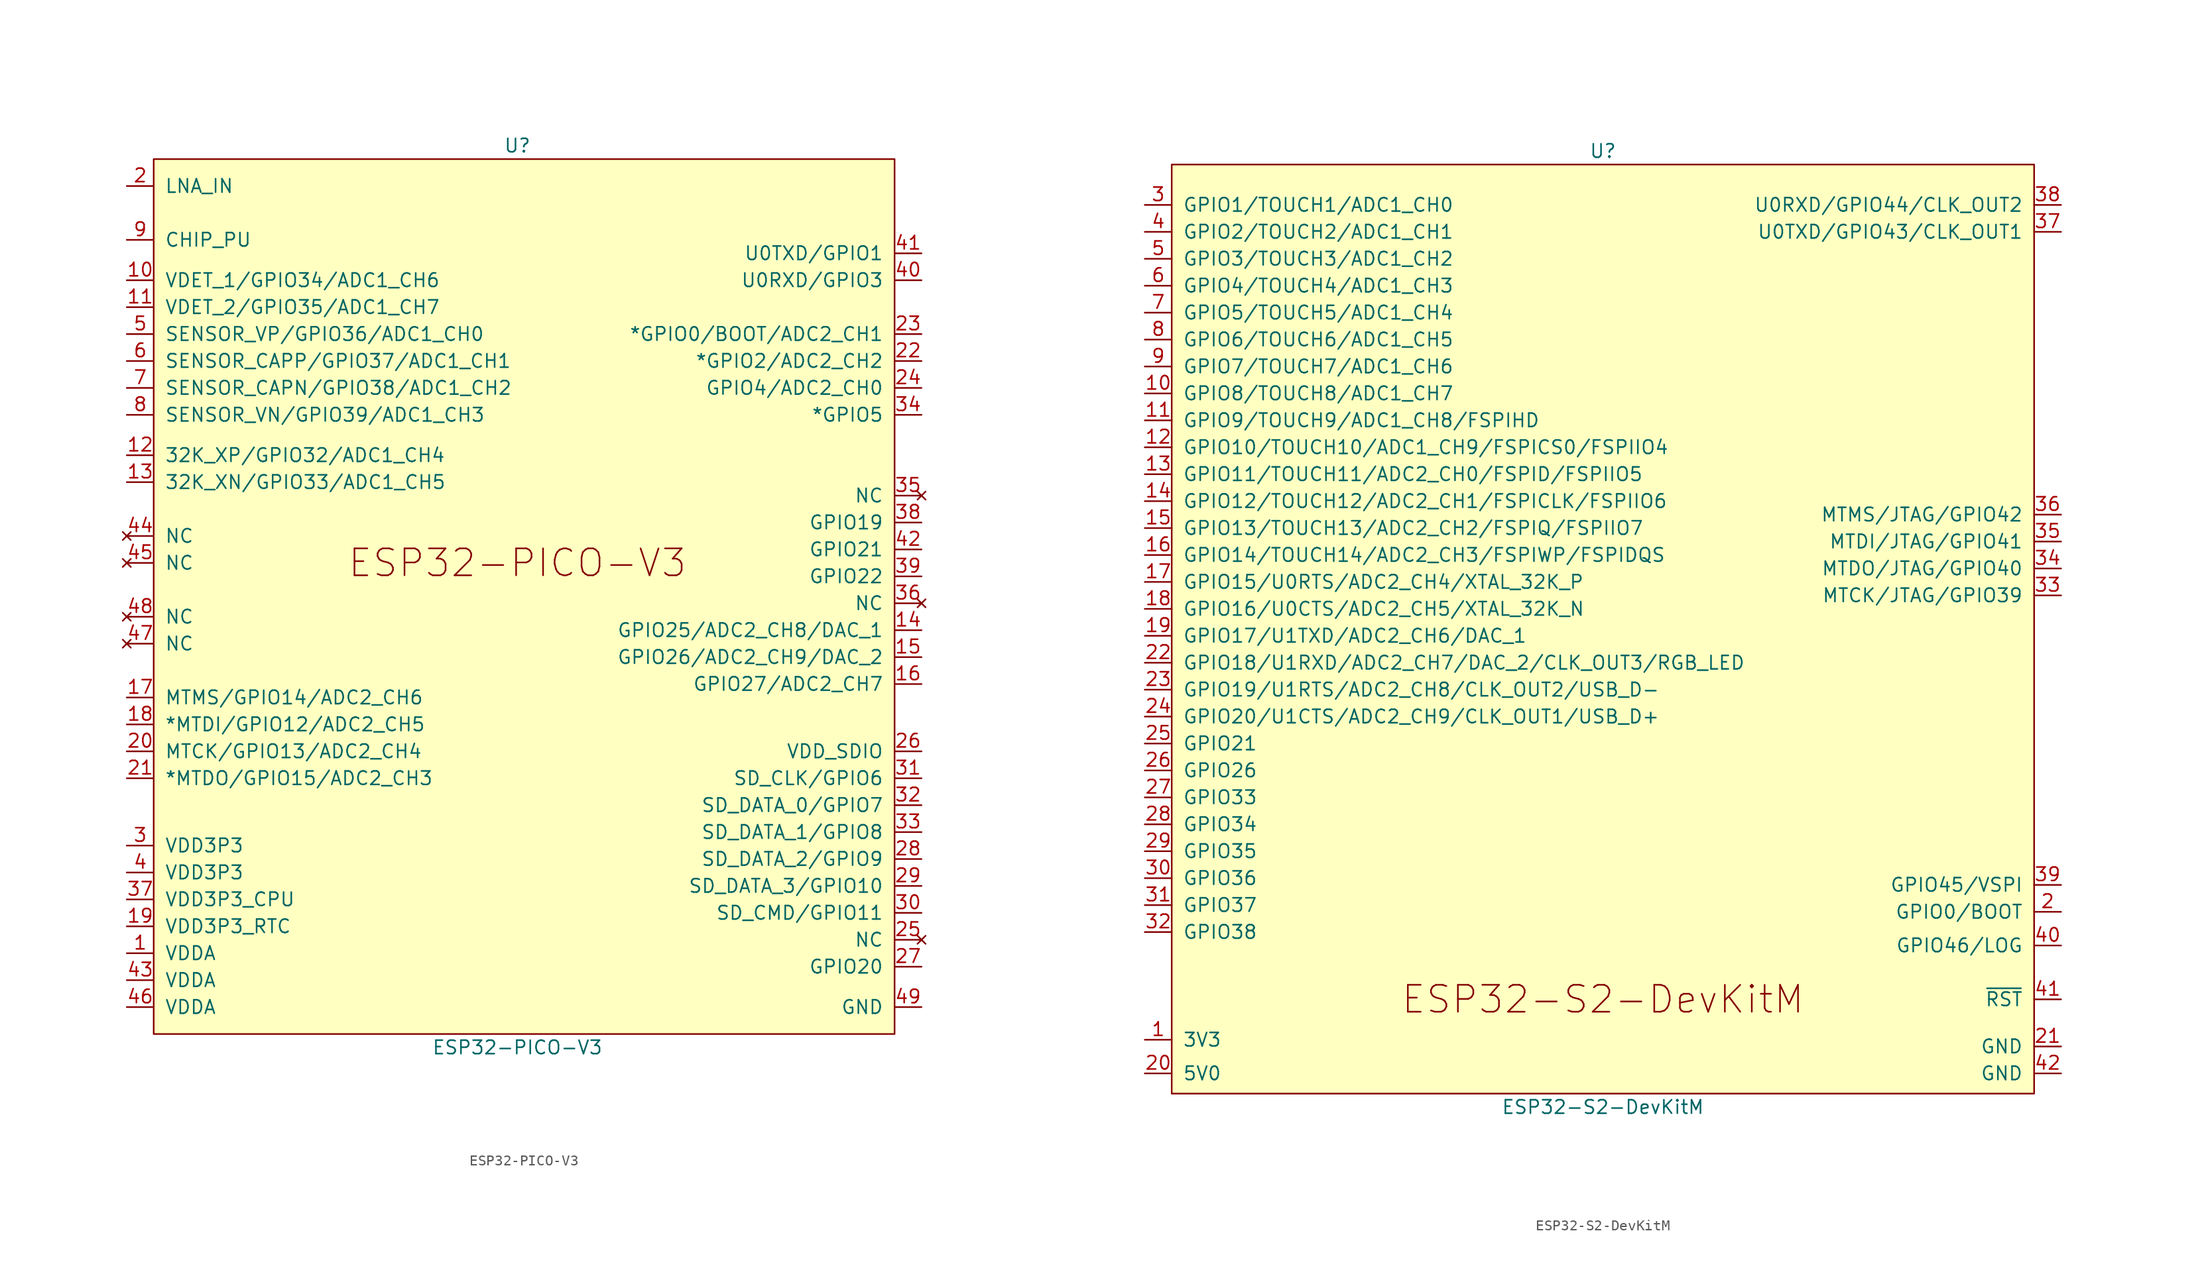
<source format=kicad_sym>
(kicad_symbol_lib
  (version 20211014)
  (generator kicad_symbol_editor)
  (symbol "ESP32-PICO-V3"
    (pin_names
      (offset 1.016))
    (property "Reference" "U"
      (at 0 43.18 0)
      (effects (font (size 1.27 1.27))))
    (property "Value" "ESP32-PICO-V3"
      (at 0 -41.91 0)
      (effects (font (size 1.27 1.27))))
    (symbol "ESP32-PICO-V3_0_0"
      (text "ESP32-PICO-V3" (at 0 3.81 0) (effects (font (size 2.54 2.54)))))
    (symbol "ESP32-PICO-V3_0_1"
      (rectangle (start -34.29 41.91) (end 35.56 -40.64) (stroke (width 0) (type default) (color 0 0 0 0)) (fill (type background))))
    (symbol "ESP32-PICO-V3_1_1"
      (pin power_in line (at -36.83 -33.02 0) (length 2.54) (name "VDDA" (effects (font (size 1.27 1.27)))) (number "1" (effects (font (size 1.27 1.27)))))
      (pin input line (at -36.83 30.48 0) (length 2.54) (name "VDET_1/GPIO34/ADC1_CH6" (effects (font (size 1.27 1.27)))) (number "10" (effects (font (size 1.27 1.27)))))
      (pin input line (at -36.83 27.94 0) (length 2.54) (name "VDET_2/GPIO35/ADC1_CH7" (effects (font (size 1.27 1.27)))) (number "11" (effects (font (size 1.27 1.27)))))
      (pin bidirectional line (at -36.83 13.97 0) (length 2.54) (name "32K_XP/GPIO32/ADC1_CH4" (effects (font (size 1.27 1.27)))) (number "12" (effects (font (size 1.27 1.27)))))
      (pin bidirectional line (at -36.83 11.43 0) (length 2.54) (name "32K_XN/GPIO33/ADC1_CH5" (effects (font (size 1.27 1.27)))) (number "13" (effects (font (size 1.27 1.27)))))
      (pin bidirectional line (at 38.1 -2.54 180) (length 2.54) (name "GPIO25/ADC2_CH8/DAC_1" (effects (font (size 1.27 1.27)))) (number "14" (effects (font (size 1.27 1.27)))))
      (pin bidirectional line (at 38.1 -5.08 180) (length 2.54) (name "GPIO26/ADC2_CH9/DAC_2" (effects (font (size 1.27 1.27)))) (number "15" (effects (font (size 1.27 1.27)))))
      (pin bidirectional line (at 38.1 -7.62 180) (length 2.54) (name "GPIO27/ADC2_CH7" (effects (font (size 1.27 1.27)))) (number "16" (effects (font (size 1.27 1.27)))))
      (pin bidirectional line (at -36.83 -8.89 0) (length 2.54) (name "MTMS/GPIO14/ADC2_CH6" (effects (font (size 1.27 1.27)))) (number "17" (effects (font (size 1.27 1.27)))))
      (pin bidirectional line (at -36.83 -11.43 0) (length 2.54) (name "*MTDI/GPIO12/ADC2_CH5" (effects (font (size 1.27 1.27)))) (number "18" (effects (font (size 1.27 1.27)))))
      (pin power_in line (at -36.83 -30.48 0) (length 2.54) (name "VDD3P3_RTC" (effects (font (size 1.27 1.27)))) (number "19" (effects (font (size 1.27 1.27)))))
      (pin bidirectional line (at -36.83 39.37 0) (length 2.54) (name "LNA_IN" (effects (font (size 1.27 1.27)))) (number "2" (effects (font (size 1.27 1.27)))))
      (pin bidirectional line (at -36.83 -13.97 0) (length 2.54) (name "MTCK/GPIO13/ADC2_CH4" (effects (font (size 1.27 1.27)))) (number "20" (effects (font (size 1.27 1.27)))))
      (pin bidirectional line (at -36.83 -16.51 0) (length 2.54) (name "*MTDO/GPIO15/ADC2_CH3" (effects (font (size 1.27 1.27)))) (number "21" (effects (font (size 1.27 1.27)))))
      (pin bidirectional line (at 38.1 22.86 180) (length 2.54) (name "*GPIO2/ADC2_CH2" (effects (font (size 1.27 1.27)))) (number "22" (effects (font (size 1.27 1.27)))))
      (pin bidirectional line (at 38.1 25.4 180) (length 2.54) (name "*GPIO0/BOOT/ADC2_CH1" (effects (font (size 1.27 1.27)))) (number "23" (effects (font (size 1.27 1.27)))))
      (pin bidirectional line (at 38.1 20.32 180) (length 2.54) (name "GPIO4/ADC2_CH0" (effects (font (size 1.27 1.27)))) (number "24" (effects (font (size 1.27 1.27)))))
      (pin no_connect line (at 38.1 -31.75 180) (length 2.54) (name "NC" (effects (font (size 1.27 1.27)))) (number "25" (effects (font (size 1.27 1.27)))))
      (pin power_out line (at 38.1 -13.97 180) (length 2.54) (name "VDD_SDIO" (effects (font (size 1.27 1.27)))) (number "26" (effects (font (size 1.27 1.27)))))
      (pin bidirectional line (at 38.1 -34.29 180) (length 2.54) (name "GPIO20" (effects (font (size 1.27 1.27)))) (number "27" (effects (font (size 1.27 1.27)))))
      (pin bidirectional line (at 38.1 -24.13 180) (length 2.54) (name "SD_DATA_2/GPIO9" (effects (font (size 1.27 1.27)))) (number "28" (effects (font (size 1.27 1.27)))))
      (pin bidirectional line (at 38.1 -26.67 180) (length 2.54) (name "SD_DATA_3/GPIO10" (effects (font (size 1.27 1.27)))) (number "29" (effects (font (size 1.27 1.27)))))
      (pin power_in line (at -36.83 -22.86 0) (length 2.54) (name "VDD3P3" (effects (font (size 1.27 1.27)))) (number "3" (effects (font (size 1.27 1.27)))))
      (pin bidirectional line (at 38.1 -29.21 180) (length 2.54) (name "SD_CMD/GPIO11" (effects (font (size 1.27 1.27)))) (number "30" (effects (font (size 1.27 1.27)))))
      (pin bidirectional line (at 38.1 -16.51 180) (length 2.54) (name "SD_CLK/GPIO6" (effects (font (size 1.27 1.27)))) (number "31" (effects (font (size 1.27 1.27)))))
      (pin bidirectional line (at 38.1 -19.05 180) (length 2.54) (name "SD_DATA_0/GPIO7" (effects (font (size 1.27 1.27)))) (number "32" (effects (font (size 1.27 1.27)))))
      (pin bidirectional line (at 38.1 -21.59 180) (length 2.54) (name "SD_DATA_1/GPIO8" (effects (font (size 1.27 1.27)))) (number "33" (effects (font (size 1.27 1.27)))))
      (pin bidirectional line (at 38.1 17.78 180) (length 2.54) (name "*GPIO5" (effects (font (size 1.27 1.27)))) (number "34" (effects (font (size 1.27 1.27)))))
      (pin no_connect line (at 38.1 10.16 180) (length 2.54) (name "NC" (effects (font (size 1.27 1.27)))) (number "35" (effects (font (size 1.27 1.27)))))
      (pin no_connect line (at 38.1 0 180) (length 2.54) (name "NC" (effects (font (size 1.27 1.27)))) (number "36" (effects (font (size 1.27 1.27)))))
      (pin power_in line (at -36.83 -27.94 0) (length 2.54) (name "VDD3P3_CPU" (effects (font (size 1.27 1.27)))) (number "37" (effects (font (size 1.27 1.27)))))
      (pin bidirectional line (at 38.1 7.62 180) (length 2.54) (name "GPIO19" (effects (font (size 1.27 1.27)))) (number "38" (effects (font (size 1.27 1.27)))))
      (pin bidirectional line (at 38.1 2.54 180) (length 2.54) (name "GPIO22" (effects (font (size 1.27 1.27)))) (number "39" (effects (font (size 1.27 1.27)))))
      (pin power_in line (at -36.83 -25.4 0) (length 2.54) (name "VDD3P3" (effects (font (size 1.27 1.27)))) (number "4" (effects (font (size 1.27 1.27)))))
      (pin bidirectional line (at 38.1 30.48 180) (length 2.54) (name "U0RXD/GPIO3" (effects (font (size 1.27 1.27)))) (number "40" (effects (font (size 1.27 1.27)))))
      (pin bidirectional line (at 38.1 33.02 180) (length 2.54) (name "U0TXD/GPIO1" (effects (font (size 1.27 1.27)))) (number "41" (effects (font (size 1.27 1.27)))))
      (pin bidirectional line (at 38.1 5.08 180) (length 2.54) (name "GPIO21" (effects (font (size 1.27 1.27)))) (number "42" (effects (font (size 1.27 1.27)))))
      (pin power_in line (at -36.83 -35.56 0) (length 2.54) (name "VDDA" (effects (font (size 1.27 1.27)))) (number "43" (effects (font (size 1.27 1.27)))))
      (pin no_connect line (at -36.83 6.35 0) (length 2.54) (name "NC" (effects (font (size 1.27 1.27)))) (number "44" (effects (font (size 1.27 1.27)))))
      (pin no_connect line (at -36.83 3.81 0) (length 2.54) (name "NC" (effects (font (size 1.27 1.27)))) (number "45" (effects (font (size 1.27 1.27)))))
      (pin power_in line (at -36.83 -38.1 0) (length 2.54) (name "VDDA" (effects (font (size 1.27 1.27)))) (number "46" (effects (font (size 1.27 1.27)))))
      (pin no_connect line (at -36.83 -3.81 0) (length 2.54) (name "NC" (effects (font (size 1.27 1.27)))) (number "47" (effects (font (size 1.27 1.27)))))
      (pin no_connect line (at -36.83 -1.27 0) (length 2.54) (name "NC" (effects (font (size 1.27 1.27)))) (number "48" (effects (font (size 1.27 1.27)))))
      (pin power_in line (at 38.1 -38.1 180) (length 2.54) (name "GND" (effects (font (size 1.27 1.27)))) (number "49" (effects (font (size 1.27 1.27)))))
      (pin input line (at -36.83 25.4 0) (length 2.54) (name "SENSOR_VP/GPIO36/ADC1_CH0" (effects (font (size 1.27 1.27)))) (number "5" (effects (font (size 1.27 1.27)))))
      (pin input line (at -36.83 22.86 0) (length 2.54) (name "SENSOR_CAPP/GPIO37/ADC1_CH1" (effects (font (size 1.27 1.27)))) (number "6" (effects (font (size 1.27 1.27)))))
      (pin input line (at -36.83 20.32 0) (length 2.54) (name "SENSOR_CAPN/GPIO38/ADC1_CH2" (effects (font (size 1.27 1.27)))) (number "7" (effects (font (size 1.27 1.27)))))
      (pin input line (at -36.83 17.78 0) (length 2.54) (name "SENSOR_VN/GPIO39/ADC1_CH3" (effects (font (size 1.27 1.27)))) (number "8" (effects (font (size 1.27 1.27)))))
      (pin input line (at -36.83 34.29 0) (length 2.54) (name "CHIP_PU" (effects (font (size 1.27 1.27)))) (number "9" (effects (font (size 1.27 1.27)))))))
  (symbol "ESP32-S2-DevKitM"
    (pin_names
      (offset 1.016))
    (property "Reference" "U"
      (at 0 43.18 0)
      (effects (font (size 1.27 1.27))))
    (property "Value" "ESP32-S2-DevKitM"
      (at 0 -46.99 0)
      (effects (font (size 1.27 1.27))))
    (symbol "ESP32-S2-DevKitM_0_1"
      (rectangle (start -40.64 41.91) (end 40.64 -45.72) (stroke (width 0) (type default) (color 0 0 0 0)) (fill (type background))))
    (symbol "ESP32-S2-DevKitM_1_1"
      (text "ESP32-S2-DevKitM" (at 0 -36.83 0) (effects (font (size 2.54 2.54))))
      (pin power_out line (at -43.18 -40.64 0) (length 2.54) (name "3V3" (effects (font (size 1.27 1.27)))) (number "1" (effects (font (size 1.27 1.27)))))
      (pin bidirectional line (at -43.18 20.32 0) (length 2.54) (name "GPIO8/TOUCH8/ADC1_CH7" (effects (font (size 1.27 1.27)))) (number "10" (effects (font (size 1.27 1.27)))))
      (pin bidirectional line (at -43.18 17.78 0) (length 2.54) (name "GPIO9/TOUCH9/ADC1_CH8/FSPIHD" (effects (font (size 1.27 1.27)))) (number "11" (effects (font (size 1.27 1.27)))))
      (pin bidirectional line (at -43.18 15.24 0) (length 2.54) (name "GPIO10/TOUCH10/ADC1_CH9/FSPICS0/FSPIIO4" (effects (font (size 1.27 1.27)))) (number "12" (effects (font (size 1.27 1.27)))))
      (pin bidirectional line (at -43.18 12.7 0) (length 2.54) (name "GPIO11/TOUCH11/ADC2_CH0/FSPID/FSPIIO5" (effects (font (size 1.27 1.27)))) (number "13" (effects (font (size 1.27 1.27)))))
      (pin bidirectional line (at -43.18 10.16 0) (length 2.54) (name "GPIO12/TOUCH12/ADC2_CH1/FSPICLK/FSPIIO6" (effects (font (size 1.27 1.27)))) (number "14" (effects (font (size 1.27 1.27)))))
      (pin bidirectional line (at -43.18 7.62 0) (length 2.54) (name "GPIO13/TOUCH13/ADC2_CH2/FSPIQ/FSPIIO7" (effects (font (size 1.27 1.27)))) (number "15" (effects (font (size 1.27 1.27)))))
      (pin bidirectional line (at -43.18 5.08 0) (length 2.54) (name "GPIO14/TOUCH14/ADC2_CH3/FSPIWP/FSPIDQS" (effects (font (size 1.27 1.27)))) (number "16" (effects (font (size 1.27 1.27)))))
      (pin bidirectional line (at -43.18 2.54 0) (length 2.54) (name "GPIO15/U0RTS/ADC2_CH4/XTAL_32K_P" (effects (font (size 1.27 1.27)))) (number "17" (effects (font (size 1.27 1.27)))))
      (pin bidirectional line (at -43.18 0 0) (length 2.54) (name "GPIO16/U0CTS/ADC2_CH5/XTAL_32K_N" (effects (font (size 1.27 1.27)))) (number "18" (effects (font (size 1.27 1.27)))))
      (pin bidirectional line (at -43.18 -2.54 0) (length 2.54) (name "GPIO17/U1TXD/ADC2_CH6/DAC_1" (effects (font (size 1.27 1.27)))) (number "19" (effects (font (size 1.27 1.27)))))
      (pin bidirectional line (at 43.18 -28.575 180) (length 2.54) (name "GPIO0/BOOT" (effects (font (size 1.27 1.27)))) (number "2" (effects (font (size 1.27 1.27)))))
      (pin power_in line (at -43.18 -43.815 0) (length 2.54) (name "5V0" (effects (font (size 1.27 1.27)))) (number "20" (effects (font (size 1.27 1.27)))))
      (pin power_in line (at 43.18 -41.275 180) (length 2.54) (name "GND" (effects (font (size 1.27 1.27)))) (number "21" (effects (font (size 1.27 1.27)))))
      (pin bidirectional line (at -43.18 -5.08 0) (length 2.54) (name "GPIO18/U1RXD/ADC2_CH7/DAC_2/CLK_OUT3/RGB_LED" (effects (font (size 1.27 1.27)))) (number "22" (effects (font (size 1.27 1.27)))))
      (pin bidirectional line (at -43.18 -7.62 0) (length 2.54) (name "GPIO19/U1RTS/ADC2_CH8/CLK_OUT2/USB_D-" (effects (font (size 1.27 1.27)))) (number "23" (effects (font (size 1.27 1.27)))))
      (pin bidirectional line (at -43.18 -10.16 0) (length 2.54) (name "GPIO20/U1CTS/ADC2_CH9/CLK_OUT1/USB_D+" (effects (font (size 1.27 1.27)))) (number "24" (effects (font (size 1.27 1.27)))))
      (pin bidirectional line (at -43.18 -12.7 0) (length 2.54) (name "GPIO21" (effects (font (size 1.27 1.27)))) (number "25" (effects (font (size 1.27 1.27)))))
      (pin bidirectional line (at -43.18 -15.24 0) (length 2.54) (name "GPIO26" (effects (font (size 1.27 1.27)))) (number "26" (effects (font (size 1.27 1.27)))))
      (pin bidirectional line (at -43.18 -17.78 0) (length 2.54) (name "GPIO33" (effects (font (size 1.27 1.27)))) (number "27" (effects (font (size 1.27 1.27)))))
      (pin bidirectional line (at -43.18 -20.32 0) (length 2.54) (name "GPIO34" (effects (font (size 1.27 1.27)))) (number "28" (effects (font (size 1.27 1.27)))))
      (pin bidirectional line (at -43.18 -22.86 0) (length 2.54) (name "GPIO35" (effects (font (size 1.27 1.27)))) (number "29" (effects (font (size 1.27 1.27)))))
      (pin bidirectional line (at -43.18 38.1 0) (length 2.54) (name "GPIO1/TOUCH1/ADC1_CH0" (effects (font (size 1.27 1.27)))) (number "3" (effects (font (size 1.27 1.27)))))
      (pin bidirectional line (at -43.18 -25.4 0) (length 2.54) (name "GPIO36" (effects (font (size 1.27 1.27)))) (number "30" (effects (font (size 1.27 1.27)))))
      (pin bidirectional line (at -43.18 -27.94 0) (length 2.54) (name "GPIO37" (effects (font (size 1.27 1.27)))) (number "31" (effects (font (size 1.27 1.27)))))
      (pin bidirectional line (at -43.18 -30.48 0) (length 2.54) (name "GPIO38" (effects (font (size 1.27 1.27)))) (number "32" (effects (font (size 1.27 1.27)))))
      (pin bidirectional line (at 43.18 1.27 180) (length 2.54) (name "MTCK/JTAG/GPIO39" (effects (font (size 1.27 1.27)))) (number "33" (effects (font (size 1.27 1.27)))))
      (pin bidirectional line (at 43.18 3.81 180) (length 2.54) (name "MTDO/JTAG/GPIO40" (effects (font (size 1.27 1.27)))) (number "34" (effects (font (size 1.27 1.27)))))
      (pin bidirectional line (at 43.18 6.35 180) (length 2.54) (name "MTDI/JTAG/GPIO41" (effects (font (size 1.27 1.27)))) (number "35" (effects (font (size 1.27 1.27)))))
      (pin bidirectional line (at 43.18 8.89 180) (length 2.54) (name "MTMS/JTAG/GPIO42" (effects (font (size 1.27 1.27)))) (number "36" (effects (font (size 1.27 1.27)))))
      (pin bidirectional line (at 43.18 35.56 180) (length 2.54) (name "U0TXD/GPIO43/CLK_OUT1" (effects (font (size 1.27 1.27)))) (number "37" (effects (font (size 1.27 1.27)))))
      (pin bidirectional line (at 43.18 38.1 180) (length 2.54) (name "U0RXD/GPIO44/CLK_OUT2" (effects (font (size 1.27 1.27)))) (number "38" (effects (font (size 1.27 1.27)))))
      (pin bidirectional line (at 43.18 -26.035 180) (length 2.54) (name "GPIO45/VSPI" (effects (font (size 1.27 1.27)))) (number "39" (effects (font (size 1.27 1.27)))))
      (pin bidirectional line (at -43.18 35.56 0) (length 2.54) (name "GPIO2/TOUCH2/ADC1_CH1" (effects (font (size 1.27 1.27)))) (number "4" (effects (font (size 1.27 1.27)))))
      (pin input line (at 43.18 -31.75 180) (length 2.54) (name "GPIO46/LOG" (effects (font (size 1.27 1.27)))) (number "40" (effects (font (size 1.27 1.27)))))
      (pin input line (at 43.18 -36.83 180) (length 2.54) (name "~{RST}" (effects (font (size 1.27 1.27)))) (number "41" (effects (font (size 1.27 1.27)))))
      (pin power_in line (at 43.18 -43.815 180) (length 2.54) (name "GND" (effects (font (size 1.27 1.27)))) (number "42" (effects (font (size 1.27 1.27)))))
      (pin bidirectional line (at -43.18 33.02 0) (length 2.54) (name "GPIO3/TOUCH3/ADC1_CH2" (effects (font (size 1.27 1.27)))) (number "5" (effects (font (size 1.27 1.27)))))
      (pin bidirectional line (at -43.18 30.48 0) (length 2.54) (name "GPIO4/TOUCH4/ADC1_CH3" (effects (font (size 1.27 1.27)))) (number "6" (effects (font (size 1.27 1.27)))))
      (pin bidirectional line (at -43.18 27.94 0) (length 2.54) (name "GPIO5/TOUCH5/ADC1_CH4" (effects (font (size 1.27 1.27)))) (number "7" (effects (font (size 1.27 1.27)))))
      (pin bidirectional line (at -43.18 25.4 0) (length 2.54) (name "GPIO6/TOUCH6/ADC1_CH5" (effects (font (size 1.27 1.27)))) (number "8" (effects (font (size 1.27 1.27)))))
      (pin bidirectional line (at -43.18 22.86 0) (length 2.54) (name "GPIO7/TOUCH7/ADC1_CH6" (effects (font (size 1.27 1.27)))) (number "9" (effects (font (size 1.27 1.27))))))))
</source>
